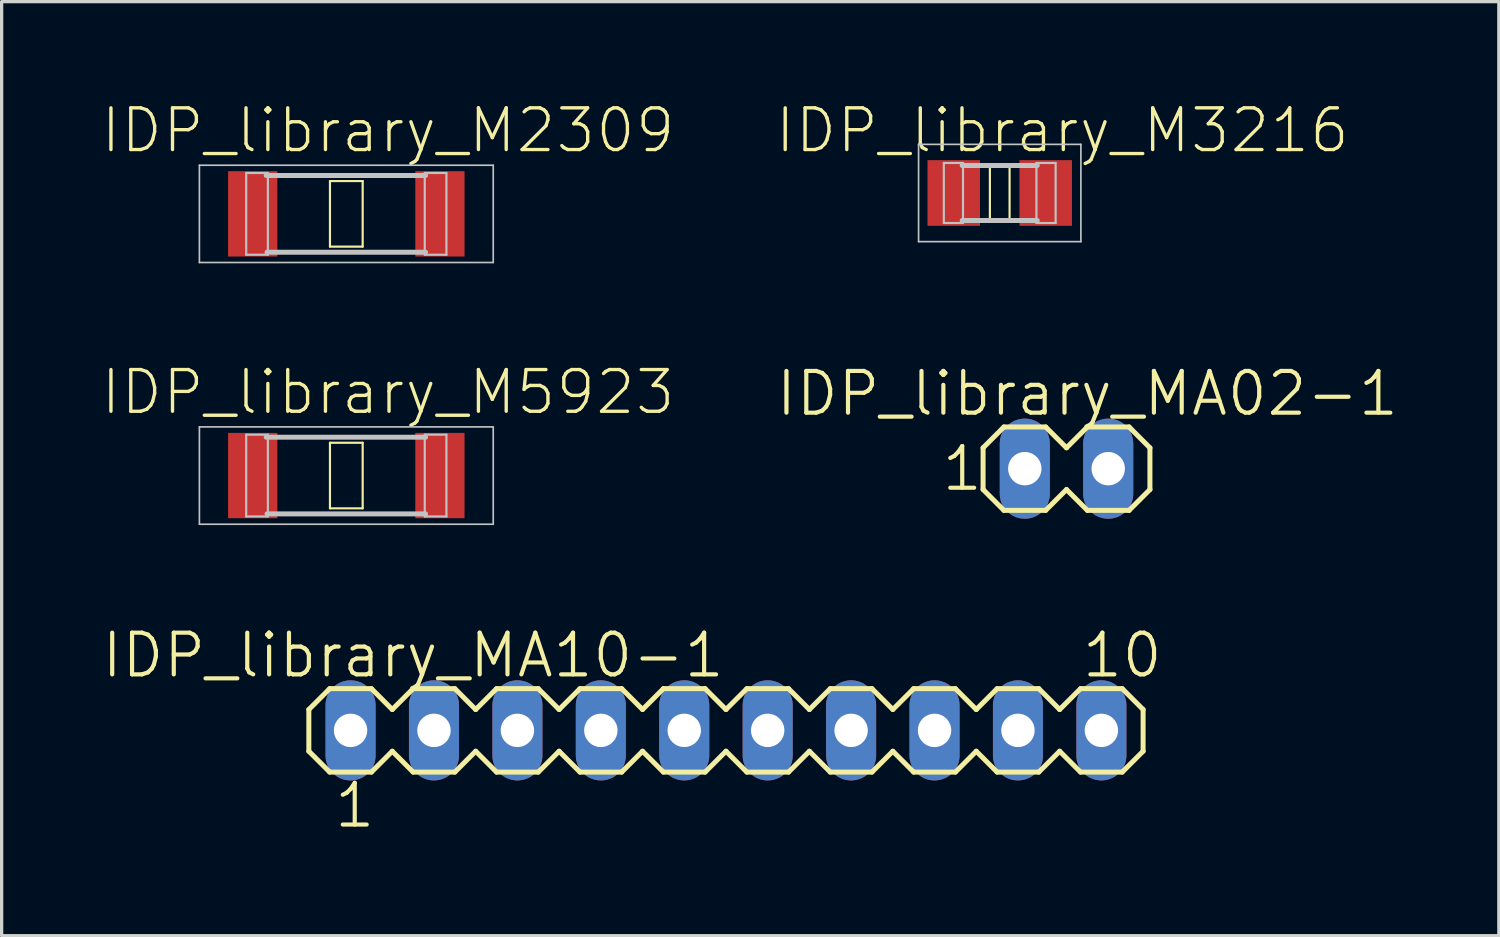
<source format=kicad_pcb>
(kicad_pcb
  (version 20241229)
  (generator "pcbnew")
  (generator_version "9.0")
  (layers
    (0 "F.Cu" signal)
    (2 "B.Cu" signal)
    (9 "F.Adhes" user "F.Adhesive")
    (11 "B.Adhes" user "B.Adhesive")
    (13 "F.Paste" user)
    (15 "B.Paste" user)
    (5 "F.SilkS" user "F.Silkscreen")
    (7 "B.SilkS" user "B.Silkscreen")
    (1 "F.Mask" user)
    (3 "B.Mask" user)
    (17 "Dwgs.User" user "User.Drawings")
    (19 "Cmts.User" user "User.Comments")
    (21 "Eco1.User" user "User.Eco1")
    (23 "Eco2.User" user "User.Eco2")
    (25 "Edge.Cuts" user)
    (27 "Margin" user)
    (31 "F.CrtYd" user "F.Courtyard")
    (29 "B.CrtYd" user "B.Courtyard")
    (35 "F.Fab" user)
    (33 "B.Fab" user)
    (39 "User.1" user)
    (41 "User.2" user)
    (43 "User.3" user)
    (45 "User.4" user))
  (footprint "IDP_library_M2309"
    (layer "F.Cu")
    (at 7.494 3.461)
    (property "Reference" "IDP_library_M2309" (at 1.27 -2.54 0) (layer "F.SilkS") (effects (font (size 1.27 1.27) (thickness 0.102))))
    (attr smd)
    (fp_line (start -0.498 -0.998) (end 0.498 -0.998) (stroke (width 0.066) (type solid)) (layer "F.SilkS"))
    (fp_line (start -0.498 0.998) (end -0.498 -0.998) (stroke (width 0.066) (type solid)) (layer "F.SilkS"))
    (fp_line (start -0.498 0.998) (end 0.498 0.998) (stroke (width 0.066) (type solid)) (layer "F.SilkS"))
    (fp_line (start 0.498 0.998) (end 0.498 -0.998) (stroke (width 0.066) (type solid)) (layer "F.SilkS"))
    (fp_line (start -4.473 -1.481) (end 4.473 -1.481) (stroke (width 0.051) (type solid)) (layer "Dwgs.User"))
    (fp_line (start -4.473 1.481) (end -4.473 -1.481) (stroke (width 0.051) (type solid)) (layer "Dwgs.User"))
    (fp_line (start -3.048 -1.245) (end -2.388 -1.245) (stroke (width 0.066) (type solid)) (layer "Dwgs.User"))
    (fp_line (start -3.048 1.245) (end -3.048 -1.245) (stroke (width 0.066) (type solid)) (layer "Dwgs.User"))
    (fp_line (start -3.048 1.245) (end -2.388 1.245) (stroke (width 0.066) (type solid)) (layer "Dwgs.User"))
    (fp_line (start -2.388 1.245) (end -2.388 -1.245) (stroke (width 0.066) (type solid)) (layer "Dwgs.User"))
    (fp_line (start 2.388 -1.245) (end 3.048 -1.245) (stroke (width 0.066) (type solid)) (layer "Dwgs.User"))
    (fp_line (start 2.388 1.245) (end 2.388 -1.245) (stroke (width 0.066) (type solid)) (layer "Dwgs.User"))
    (fp_line (start 2.388 1.245) (end 3.048 1.245) (stroke (width 0.066) (type solid)) (layer "Dwgs.User"))
    (fp_line (start 2.413 -1.168) (end -2.438 -1.168) (stroke (width 0.152) (type solid)) (layer "Dwgs.User"))
    (fp_line (start 2.413 1.168) (end -2.413 1.168) (stroke (width 0.152) (type solid)) (layer "Dwgs.User"))
    (fp_line (start 3.048 1.245) (end 3.048 -1.245) (stroke (width 0.066) (type solid)) (layer "Dwgs.User"))
    (fp_line (start 4.473 -1.481) (end 4.473 1.481) (stroke (width 0.051) (type solid)) (layer "Dwgs.User"))
    (fp_line (start 4.473 1.481) (end -4.473 1.481) (stroke (width 0.051) (type solid)) (layer "Dwgs.User"))
    (pad "1" smd rect (at -2.85 0) (size 1.499 2.598) (layers "F.Cu" "F.Mask" "F.Paste"))
    (pad "2" smd rect (at 2.85 0) (size 1.499 2.598) (layers "F.Cu" "F.Mask" "F.Paste")))
  (footprint "IDP_library_MA10-1"
    (layer "F.Cu")
    (at 19.053 19.187)
    (property "Reference" "IDP_library_MA10-1" (at -9.525 -2.286 0) (layer "F.SilkS") (effects (font (size 1.27 1.27) (thickness 0.127))))
    (attr exclude_from_pos_files exclude_from_bom)
    (fp_line (start -12.7 -0.635) (end -12.7 0.635) (stroke (width 0.152) (type solid)) (layer "F.SilkS"))
    (fp_line (start -12.7 0.635) (end -12.065 1.27) (stroke (width 0.152) (type solid)) (layer "F.SilkS"))
    (fp_line (start -12.065 -1.27) (end -12.7 -0.635) (stroke (width 0.152) (type solid)) (layer "F.SilkS"))
    (fp_line (start -12.065 -1.27) (end -10.795 -1.27) (stroke (width 0.152) (type solid)) (layer "F.SilkS"))
    (fp_line (start -10.795 -1.27) (end -10.16 -0.635) (stroke (width 0.152) (type solid)) (layer "F.SilkS"))
    (fp_line (start -10.795 1.27) (end -12.065 1.27) (stroke (width 0.152) (type solid)) (layer "F.SilkS"))
    (fp_line (start -10.16 -0.635) (end -9.525 -1.27) (stroke (width 0.152) (type solid)) (layer "F.SilkS"))
    (fp_line (start -10.16 0.635) (end -10.795 1.27) (stroke (width 0.152) (type solid)) (layer "F.SilkS"))
    (fp_line (start -9.525 -1.27) (end -8.255 -1.27) (stroke (width 0.152) (type solid)) (layer "F.SilkS"))
    (fp_line (start -9.525 1.27) (end -10.16 0.635) (stroke (width 0.152) (type solid)) (layer "F.SilkS"))
    (fp_line (start -8.255 -1.27) (end -7.62 -0.635) (stroke (width 0.152) (type solid)) (layer "F.SilkS"))
    (fp_line (start -8.255 1.27) (end -9.525 1.27) (stroke (width 0.152) (type solid)) (layer "F.SilkS"))
    (fp_line (start -7.62 -0.635) (end -6.985 -1.27) (stroke (width 0.152) (type solid)) (layer "F.SilkS"))
    (fp_line (start -7.62 0.635) (end -8.255 1.27) (stroke (width 0.152) (type solid)) (layer "F.SilkS"))
    (fp_line (start -6.985 -1.27) (end -5.715 -1.27) (stroke (width 0.152) (type solid)) (layer "F.SilkS"))
    (fp_line (start -6.985 1.27) (end -7.62 0.635) (stroke (width 0.152) (type solid)) (layer "F.SilkS"))
    (fp_line (start -5.715 -1.27) (end -5.08 -0.635) (stroke (width 0.152) (type solid)) (layer "F.SilkS"))
    (fp_line (start -5.715 1.27) (end -6.985 1.27) (stroke (width 0.152) (type solid)) (layer "F.SilkS"))
    (fp_line (start -5.08 0.635) (end -5.715 1.27) (stroke (width 0.152) (type solid)) (layer "F.SilkS"))
    (fp_line (start -5.08 0.635) (end -4.445 1.27) (stroke (width 0.152) (type solid)) (layer "F.SilkS"))
    (fp_line (start -4.445 -1.27) (end -5.08 -0.635) (stroke (width 0.152) (type solid)) (layer "F.SilkS"))
    (fp_line (start -4.445 -1.27) (end -3.175 -1.27) (stroke (width 0.152) (type solid)) (layer "F.SilkS"))
    (fp_line (start -3.175 -1.27) (end -2.54 -0.635) (stroke (width 0.152) (type solid)) (layer "F.SilkS"))
    (fp_line (start -3.175 1.27) (end -4.445 1.27) (stroke (width 0.152) (type solid)) (layer "F.SilkS"))
    (fp_line (start -2.54 0.635) (end -3.175 1.27) (stroke (width 0.152) (type solid)) (layer "F.SilkS"))
    (fp_line (start -2.54 0.635) (end -1.905 1.27) (stroke (width 0.152) (type solid)) (layer "F.SilkS"))
    (fp_line (start -1.905 -1.27) (end -2.54 -0.635) (stroke (width 0.152) (type solid)) (layer "F.SilkS"))
    (fp_line (start -1.905 -1.27) (end -0.635 -1.27) (stroke (width 0.152) (type solid)) (layer "F.SilkS"))
    (fp_line (start -0.635 -1.27) (end 0 -0.635) (stroke (width 0.152) (type solid)) (layer "F.SilkS"))
    (fp_line (start -0.635 1.27) (end -1.905 1.27) (stroke (width 0.152) (type solid)) (layer "F.SilkS"))
    (fp_line (start 0 -0.635) (end 0.635 -1.27) (stroke (width 0.152) (type solid)) (layer "F.SilkS"))
    (fp_line (start 0 0.635) (end -0.635 1.27) (stroke (width 0.152) (type solid)) (layer "F.SilkS"))
    (fp_line (start 0.635 -1.27) (end 1.905 -1.27) (stroke (width 0.152) (type solid)) (layer "F.SilkS"))
    (fp_line (start 0.635 1.27) (end 0 0.635) (stroke (width 0.152) (type solid)) (layer "F.SilkS"))
    (fp_line (start 1.905 -1.27) (end 2.54 -0.635) (stroke (width 0.152) (type solid)) (layer "F.SilkS"))
    (fp_line (start 1.905 1.27) (end 0.635 1.27) (stroke (width 0.152) (type solid)) (layer "F.SilkS"))
    (fp_line (start 2.54 -0.635) (end 3.175 -1.27) (stroke (width 0.152) (type solid)) (layer "F.SilkS"))
    (fp_line (start 2.54 0.635) (end 1.905 1.27) (stroke (width 0.152) (type solid)) (layer "F.SilkS"))
    (fp_line (start 3.175 -1.27) (end 4.445 -1.27) (stroke (width 0.152) (type solid)) (layer "F.SilkS"))
    (fp_line (start 3.175 1.27) (end 2.54 0.635) (stroke (width 0.152) (type solid)) (layer "F.SilkS"))
    (fp_line (start 4.445 -1.27) (end 5.08 -0.635) (stroke (width 0.152) (type solid)) (layer "F.SilkS"))
    (fp_line (start 4.445 1.27) (end 3.175 1.27) (stroke (width 0.152) (type solid)) (layer "F.SilkS"))
    (fp_line (start 5.08 0.635) (end 4.445 1.27) (stroke (width 0.152) (type solid)) (layer "F.SilkS"))
    (fp_line (start 5.08 0.635) (end 5.715 1.27) (stroke (width 0.152) (type solid)) (layer "F.SilkS"))
    (fp_line (start 5.715 -1.27) (end 5.08 -0.635) (stroke (width 0.152) (type solid)) (layer "F.SilkS"))
    (fp_line (start 5.715 -1.27) (end 6.985 -1.27) (stroke (width 0.152) (type solid)) (layer "F.SilkS"))
    (fp_line (start 6.985 -1.27) (end 7.62 -0.635) (stroke (width 0.152) (type solid)) (layer "F.SilkS"))
    (fp_line (start 6.985 1.27) (end 5.715 1.27) (stroke (width 0.152) (type solid)) (layer "F.SilkS"))
    (fp_line (start 7.62 0.635) (end 6.985 1.27) (stroke (width 0.152) (type solid)) (layer "F.SilkS"))
    (fp_line (start 7.62 0.635) (end 8.255 1.27) (stroke (width 0.152) (type solid)) (layer "F.SilkS"))
    (fp_line (start 8.255 -1.27) (end 7.62 -0.635) (stroke (width 0.152) (type solid)) (layer "F.SilkS"))
    (fp_line (start 8.255 -1.27) (end 9.525 -1.27) (stroke (width 0.152) (type solid)) (layer "F.SilkS"))
    (fp_line (start 9.525 -1.27) (end 10.16 -0.635) (stroke (width 0.152) (type solid)) (layer "F.SilkS"))
    (fp_line (start 9.525 1.27) (end 8.255 1.27) (stroke (width 0.152) (type solid)) (layer "F.SilkS"))
    (fp_line (start 10.16 -0.635) (end 10.795 -1.27) (stroke (width 0.152) (type solid)) (layer "F.SilkS"))
    (fp_line (start 10.16 0.635) (end 9.525 1.27) (stroke (width 0.152) (type solid)) (layer "F.SilkS"))
    (fp_line (start 10.795 -1.27) (end 12.065 -1.27) (stroke (width 0.152) (type solid)) (layer "F.SilkS"))
    (fp_line (start 10.795 1.27) (end 10.16 0.635) (stroke (width 0.152) (type solid)) (layer "F.SilkS"))
    (fp_line (start 12.065 -1.27) (end 12.7 -0.635) (stroke (width 0.152) (type solid)) (layer "F.SilkS"))
    (fp_line (start 12.065 1.27) (end 10.795 1.27) (stroke (width 0.152) (type solid)) (layer "F.SilkS"))
    (fp_line (start 12.7 -0.635) (end 12.7 0.635) (stroke (width 0.152) (type solid)) (layer "F.SilkS"))
    (fp_line (start 12.7 0.635) (end 12.065 1.27) (stroke (width 0.152) (type solid)) (layer "F.SilkS"))
    (fp_line (start -11.684 -0.254) (end -11.176 -0.254) (stroke (width 0.066) (type solid)) (layer "Dwgs.User"))
    (fp_line (start -11.684 0.254) (end -11.684 -0.254) (stroke (width 0.066) (type solid)) (layer "Dwgs.User"))
    (fp_line (start -11.684 0.254) (end -11.176 0.254) (stroke (width 0.066) (type solid)) (layer "Dwgs.User"))
    (fp_line (start -11.176 0.254) (end -11.176 -0.254) (stroke (width 0.066) (type solid)) (layer "Dwgs.User"))
    (fp_line (start -9.144 -0.254) (end -8.636 -0.254) (stroke (width 0.066) (type solid)) (layer "Dwgs.User"))
    (fp_line (start -9.144 0.254) (end -9.144 -0.254) (stroke (width 0.066) (type solid)) (layer "Dwgs.User"))
    (fp_line (start -9.144 0.254) (end -8.636 0.254) (stroke (width 0.066) (type solid)) (layer "Dwgs.User"))
    (fp_line (start -8.636 0.254) (end -8.636 -0.254) (stroke (width 0.066) (type solid)) (layer "Dwgs.User"))
    (fp_line (start -6.604 -0.254) (end -6.096 -0.254) (stroke (width 0.066) (type solid)) (layer "Dwgs.User"))
    (fp_line (start -6.604 0.254) (end -6.604 -0.254) (stroke (width 0.066) (type solid)) (layer "Dwgs.User"))
    (fp_line (start -6.604 0.254) (end -6.096 0.254) (stroke (width 0.066) (type solid)) (layer "Dwgs.User"))
    (fp_line (start -6.096 0.254) (end -6.096 -0.254) (stroke (width 0.066) (type solid)) (layer "Dwgs.User"))
    (fp_line (start -4.064 -0.254) (end -3.556 -0.254) (stroke (width 0.066) (type solid)) (layer "Dwgs.User"))
    (fp_line (start -4.064 0.254) (end -4.064 -0.254) (stroke (width 0.066) (type solid)) (layer "Dwgs.User"))
    (fp_line (start -4.064 0.254) (end -3.556 0.254) (stroke (width 0.066) (type solid)) (layer "Dwgs.User"))
    (fp_line (start -3.556 0.254) (end -3.556 -0.254) (stroke (width 0.066) (type solid)) (layer "Dwgs.User"))
    (fp_line (start -1.524 -0.254) (end -1.016 -0.254) (stroke (width 0.066) (type solid)) (layer "Dwgs.User"))
    (fp_line (start -1.524 0.254) (end -1.524 -0.254) (stroke (width 0.066) (type solid)) (layer "Dwgs.User"))
    (fp_line (start -1.524 0.254) (end -1.016 0.254) (stroke (width 0.066) (type solid)) (layer "Dwgs.User"))
    (fp_line (start -1.016 0.254) (end -1.016 -0.254) (stroke (width 0.066) (type solid)) (layer "Dwgs.User"))
    (fp_line (start 1.016 -0.254) (end 1.524 -0.254) (stroke (width 0.066) (type solid)) (layer "Dwgs.User"))
    (fp_line (start 1.016 0.254) (end 1.016 -0.254) (stroke (width 0.066) (type solid)) (layer "Dwgs.User"))
    (fp_line (start 1.016 0.254) (end 1.524 0.254) (stroke (width 0.066) (type solid)) (layer "Dwgs.User"))
    (fp_line (start 1.524 0.254) (end 1.524 -0.254) (stroke (width 0.066) (type solid)) (layer "Dwgs.User"))
    (fp_line (start 3.556 -0.254) (end 4.064 -0.254) (stroke (width 0.066) (type solid)) (layer "Dwgs.User"))
    (fp_line (start 3.556 0.254) (end 3.556 -0.254) (stroke (width 0.066) (type solid)) (layer "Dwgs.User"))
    (fp_line (start 3.556 0.254) (end 4.064 0.254) (stroke (width 0.066) (type solid)) (layer "Dwgs.User"))
    (fp_line (start 4.064 0.254) (end 4.064 -0.254) (stroke (width 0.066) (type solid)) (layer "Dwgs.User"))
    (fp_line (start 6.096 -0.254) (end 6.604 -0.254) (stroke (width 0.066) (type solid)) (layer "Dwgs.User"))
    (fp_line (start 6.096 0.254) (end 6.096 -0.254) (stroke (width 0.066) (type solid)) (layer "Dwgs.User"))
    (fp_line (start 6.096 0.254) (end 6.604 0.254) (stroke (width 0.066) (type solid)) (layer "Dwgs.User"))
    (fp_line (start 6.604 0.254) (end 6.604 -0.254) (stroke (width 0.066) (type solid)) (layer "Dwgs.User"))
    (fp_line (start 8.636 -0.254) (end 9.144 -0.254) (stroke (width 0.066) (type solid)) (layer "Dwgs.User"))
    (fp_line (start 8.636 0.254) (end 8.636 -0.254) (stroke (width 0.066) (type solid)) (layer "Dwgs.User"))
    (fp_line (start 8.636 0.254) (end 9.144 0.254) (stroke (width 0.066) (type solid)) (layer "Dwgs.User"))
    (fp_line (start 9.144 0.254) (end 9.144 -0.254) (stroke (width 0.066) (type solid)) (layer "Dwgs.User"))
    (fp_line (start 11.176 -0.254) (end 11.684 -0.254) (stroke (width 0.066) (type solid)) (layer "Dwgs.User"))
    (fp_line (start 11.176 0.254) (end 11.176 -0.254) (stroke (width 0.066) (type solid)) (layer "Dwgs.User"))
    (fp_line (start 11.176 0.254) (end 11.684 0.254) (stroke (width 0.066) (type solid)) (layer "Dwgs.User"))
    (fp_line (start 11.684 0.254) (end 11.684 -0.254) (stroke (width 0.066) (type solid)) (layer "Dwgs.User"))
    (fp_text user "1" (at -11.303 2.286 0) (layer "F.SilkS") (effects (font (size 1.27 1.27) (thickness 0.127))))
    (fp_text user "10" (at 12.065 -2.286 0) (layer "F.SilkS") (effects (font (size 1.27 1.27) (thickness 0.127))))
    (pad "1" thru_hole oval (at -11.43 0 180) (size 1.524 3.048) (drill 1.016) (layers "*.Cu" "*.Paste" "*.Mask"))
    (pad "2" thru_hole oval (at -8.89 0 180) (size 1.524 3.048) (drill 1.016) (layers "*.Cu" "*.Paste" "*.Mask"))
    (pad "3" thru_hole oval (at -6.35 0 180) (size 1.524 3.048) (drill 1.016) (layers "*.Cu" "*.Paste" "*.Mask"))
    (pad "4" thru_hole oval (at -3.81 0 180) (size 1.524 3.048) (drill 1.016) (layers "*.Cu" "*.Paste" "*.Mask"))
    (pad "5" thru_hole oval (at -1.27 0 180) (size 1.524 3.048) (drill 1.016) (layers "*.Cu" "*.Paste" "*.Mask"))
    (pad "6" thru_hole oval (at 1.27 0 180) (size 1.524 3.048) (drill 1.016) (layers "*.Cu" "*.Paste" "*.Mask"))
    (pad "7" thru_hole oval (at 3.81 0 180) (size 1.524 3.048) (drill 1.016) (layers "*.Cu" "*.Paste" "*.Mask"))
    (pad "8" thru_hole oval (at 6.35 0 180) (size 1.524 3.048) (drill 1.016) (layers "*.Cu" "*.Paste" "*.Mask"))
    (pad "9" thru_hole oval (at 8.89 0 180) (size 1.524 3.048) (drill 1.016) (layers "*.Cu" "*.Paste" "*.Mask"))
    (pad "10" thru_hole oval (at 11.43 0 180) (size 1.524 3.048) (drill 1.016) (layers "*.Cu" "*.Paste" "*.Mask")))
  (footprint "IDP_library_MA02-1"
    (layer "F.Cu")
    (at 30.691 11.219)
    (property "Reference" "IDP_library_MA02-1" (at -0.635 -2.286 0) (layer "F.SilkS") (effects (font (size 1.27 1.27) (thickness 0.127))))
    (attr exclude_from_pos_files exclude_from_bom)
    (fp_line (start -3.81 -0.635) (end -3.81 0.635) (stroke (width 0.152) (type solid)) (layer "F.SilkS"))
    (fp_line (start -3.81 0.635) (end -3.175 1.27) (stroke (width 0.152) (type solid)) (layer "F.SilkS"))
    (fp_line (start -3.175 -1.27) (end -3.81 -0.635) (stroke (width 0.152) (type solid)) (layer "F.SilkS"))
    (fp_line (start -3.175 -1.27) (end -1.905 -1.27) (stroke (width 0.152) (type solid)) (layer "F.SilkS"))
    (fp_line (start -1.905 -1.27) (end -1.27 -0.635) (stroke (width 0.152) (type solid)) (layer "F.SilkS"))
    (fp_line (start -1.905 1.27) (end -3.175 1.27) (stroke (width 0.152) (type solid)) (layer "F.SilkS"))
    (fp_line (start -1.27 -0.635) (end -0.635 -1.27) (stroke (width 0.152) (type solid)) (layer "F.SilkS"))
    (fp_line (start -1.27 0.635) (end -1.905 1.27) (stroke (width 0.152) (type solid)) (layer "F.SilkS"))
    (fp_line (start -0.635 -1.27) (end 0.635 -1.27) (stroke (width 0.152) (type solid)) (layer "F.SilkS"))
    (fp_line (start -0.635 1.27) (end -1.27 0.635) (stroke (width 0.152) (type solid)) (layer "F.SilkS"))
    (fp_line (start 0.635 -1.27) (end 1.27 -0.635) (stroke (width 0.152) (type solid)) (layer "F.SilkS"))
    (fp_line (start 0.635 1.27) (end -0.635 1.27) (stroke (width 0.152) (type solid)) (layer "F.SilkS"))
    (fp_line (start 1.27 -0.635) (end 1.27 0.635) (stroke (width 0.152) (type solid)) (layer "F.SilkS"))
    (fp_line (start 1.27 0.635) (end 0.635 1.27) (stroke (width 0.152) (type solid)) (layer "F.SilkS"))
    (fp_line (start -2.794 -0.254) (end -2.286 -0.254) (stroke (width 0.066) (type solid)) (layer "Dwgs.User"))
    (fp_line (start -2.794 0.254) (end -2.794 -0.254) (stroke (width 0.066) (type solid)) (layer "Dwgs.User"))
    (fp_line (start -2.794 0.254) (end -2.286 0.254) (stroke (width 0.066) (type solid)) (layer "Dwgs.User"))
    (fp_line (start -2.286 0.254) (end -2.286 -0.254) (stroke (width 0.066) (type solid)) (layer "Dwgs.User"))
    (fp_line (start -0.254 -0.254) (end 0.254 -0.254) (stroke (width 0.066) (type solid)) (layer "Dwgs.User"))
    (fp_line (start -0.254 0.254) (end -0.254 -0.254) (stroke (width 0.066) (type solid)) (layer "Dwgs.User"))
    (fp_line (start -0.254 0.254) (end 0.254 0.254) (stroke (width 0.066) (type solid)) (layer "Dwgs.User"))
    (fp_line (start 0.254 0.254) (end 0.254 -0.254) (stroke (width 0.066) (type solid)) (layer "Dwgs.User"))
    (fp_text user "1" (at -4.445 0 0) (layer "F.SilkS") (effects (font (size 1.27 1.27) (thickness 0.127))))
    (pad "1" thru_hole oval (at -2.54 0 180) (size 1.524 3.048) (drill 1.016) (layers "*.Cu" "*.Paste" "*.Mask"))
    (pad "2" thru_hole oval (at 0 0 180) (size 1.524 3.048) (drill 1.016) (layers "*.Cu" "*.Paste" "*.Mask")))
  (footprint "IDP_library_M5923"
    (layer "F.Cu")
    (at 7.494 11.429)
    (property "Reference" "IDP_library_M5923" (at 1.27 -2.54 0) (layer "F.SilkS") (effects (font (size 1.27 1.27) (thickness 0.102))))
    (attr smd)
    (fp_line (start -0.498 -0.998) (end 0.498 -0.998) (stroke (width 0.066) (type solid)) (layer "F.SilkS"))
    (fp_line (start -0.498 0.998) (end -0.498 -0.998) (stroke (width 0.066) (type solid)) (layer "F.SilkS"))
    (fp_line (start -0.498 0.998) (end 0.498 0.998) (stroke (width 0.066) (type solid)) (layer "F.SilkS"))
    (fp_line (start 0.498 0.998) (end 0.498 -0.998) (stroke (width 0.066) (type solid)) (layer "F.SilkS"))
    (fp_line (start -4.473 -1.481) (end 4.473 -1.481) (stroke (width 0.051) (type solid)) (layer "Dwgs.User"))
    (fp_line (start -4.473 1.481) (end -4.473 -1.481) (stroke (width 0.051) (type solid)) (layer "Dwgs.User"))
    (fp_line (start -3.048 -1.245) (end -2.388 -1.245) (stroke (width 0.066) (type solid)) (layer "Dwgs.User"))
    (fp_line (start -3.048 1.245) (end -3.048 -1.245) (stroke (width 0.066) (type solid)) (layer "Dwgs.User"))
    (fp_line (start -3.048 1.245) (end -2.388 1.245) (stroke (width 0.066) (type solid)) (layer "Dwgs.User"))
    (fp_line (start -2.388 1.245) (end -2.388 -1.245) (stroke (width 0.066) (type solid)) (layer "Dwgs.User"))
    (fp_line (start 2.388 -1.245) (end 3.048 -1.245) (stroke (width 0.066) (type solid)) (layer "Dwgs.User"))
    (fp_line (start 2.388 1.245) (end 2.388 -1.245) (stroke (width 0.066) (type solid)) (layer "Dwgs.User"))
    (fp_line (start 2.388 1.245) (end 3.048 1.245) (stroke (width 0.066) (type solid)) (layer "Dwgs.User"))
    (fp_line (start 2.413 -1.168) (end -2.438 -1.168) (stroke (width 0.152) (type solid)) (layer "Dwgs.User"))
    (fp_line (start 2.413 1.168) (end -2.413 1.168) (stroke (width 0.152) (type solid)) (layer "Dwgs.User"))
    (fp_line (start 3.048 1.245) (end 3.048 -1.245) (stroke (width 0.066) (type solid)) (layer "Dwgs.User"))
    (fp_line (start 4.473 -1.481) (end 4.473 1.481) (stroke (width 0.051) (type solid)) (layer "Dwgs.User"))
    (fp_line (start 4.473 1.481) (end -4.473 1.481) (stroke (width 0.051) (type solid)) (layer "Dwgs.User"))
    (pad "1" smd rect (at -2.85 0) (size 1.499 2.598) (layers "F.Cu" "F.Mask" "F.Paste"))
    (pad "2" smd rect (at 2.85 0) (size 1.499 2.598) (layers "F.Cu" "F.Mask" "F.Paste")))
  (footprint "IDP_library_M3216"
    (layer "F.Cu")
    (at 27.388 2.826)
    (property "Reference" "IDP_library_M3216" (at 1.905 -1.905 0) (layer "F.SilkS") (effects (font (size 1.27 1.27) (thickness 0.102))))
    (attr smd)
    (fp_line (start -0.3 -0.8) (end 0.3 -0.8) (stroke (width 0.066) (type solid)) (layer "F.SilkS"))
    (fp_line (start -0.3 0.8) (end -0.3 -0.8) (stroke (width 0.066) (type solid)) (layer "F.SilkS"))
    (fp_line (start -0.3 0.8) (end 0.3 0.8) (stroke (width 0.066) (type solid)) (layer "F.SilkS"))
    (fp_line (start 0.3 0.8) (end 0.3 -0.8) (stroke (width 0.066) (type solid)) (layer "F.SilkS"))
    (fp_line (start -2.471 -1.481) (end 2.471 -1.481) (stroke (width 0.051) (type solid)) (layer "Dwgs.User"))
    (fp_line (start -2.471 1.481) (end -2.471 -1.481) (stroke (width 0.051) (type solid)) (layer "Dwgs.User"))
    (fp_line (start -1.702 -0.914) (end -1.118 -0.914) (stroke (width 0.066) (type solid)) (layer "Dwgs.User"))
    (fp_line (start -1.702 0.914) (end -1.702 -0.914) (stroke (width 0.066) (type solid)) (layer "Dwgs.User"))
    (fp_line (start -1.702 0.914) (end -1.118 0.914) (stroke (width 0.066) (type solid)) (layer "Dwgs.User"))
    (fp_line (start -1.118 0.914) (end -1.118 -0.914) (stroke (width 0.066) (type solid)) (layer "Dwgs.User"))
    (fp_line (start 1.118 -0.914) (end 1.702 -0.914) (stroke (width 0.066) (type solid)) (layer "Dwgs.User"))
    (fp_line (start 1.118 0.914) (end 1.118 -0.914) (stroke (width 0.066) (type solid)) (layer "Dwgs.User"))
    (fp_line (start 1.118 0.914) (end 1.702 0.914) (stroke (width 0.066) (type solid)) (layer "Dwgs.User"))
    (fp_line (start 1.143 -0.838) (end -1.143 -0.838) (stroke (width 0.152) (type solid)) (layer "Dwgs.User"))
    (fp_line (start 1.143 0.838) (end -1.143 0.838) (stroke (width 0.152) (type solid)) (layer "Dwgs.User"))
    (fp_line (start 1.702 0.914) (end 1.702 -0.914) (stroke (width 0.066) (type solid)) (layer "Dwgs.User"))
    (fp_line (start 2.471 -1.481) (end 2.471 1.481) (stroke (width 0.051) (type solid)) (layer "Dwgs.User"))
    (fp_line (start 2.471 1.481) (end -2.471 1.481) (stroke (width 0.051) (type solid)) (layer "Dwgs.User"))
    (pad "1" smd rect (at -1.4 0) (size 1.598 1.999) (layers "F.Cu" "F.Mask" "F.Paste"))
    (pad "2" smd rect (at 1.4 0) (size 1.598 1.999) (layers "F.Cu" "F.Mask" "F.Paste")))
  (gr_rect
    (start -3 -3)
    (end 42.584 25.439)
    (stroke (width 0.1) (type default))
    (fill no)
    (layer "Edge.Cuts")))
</source>
